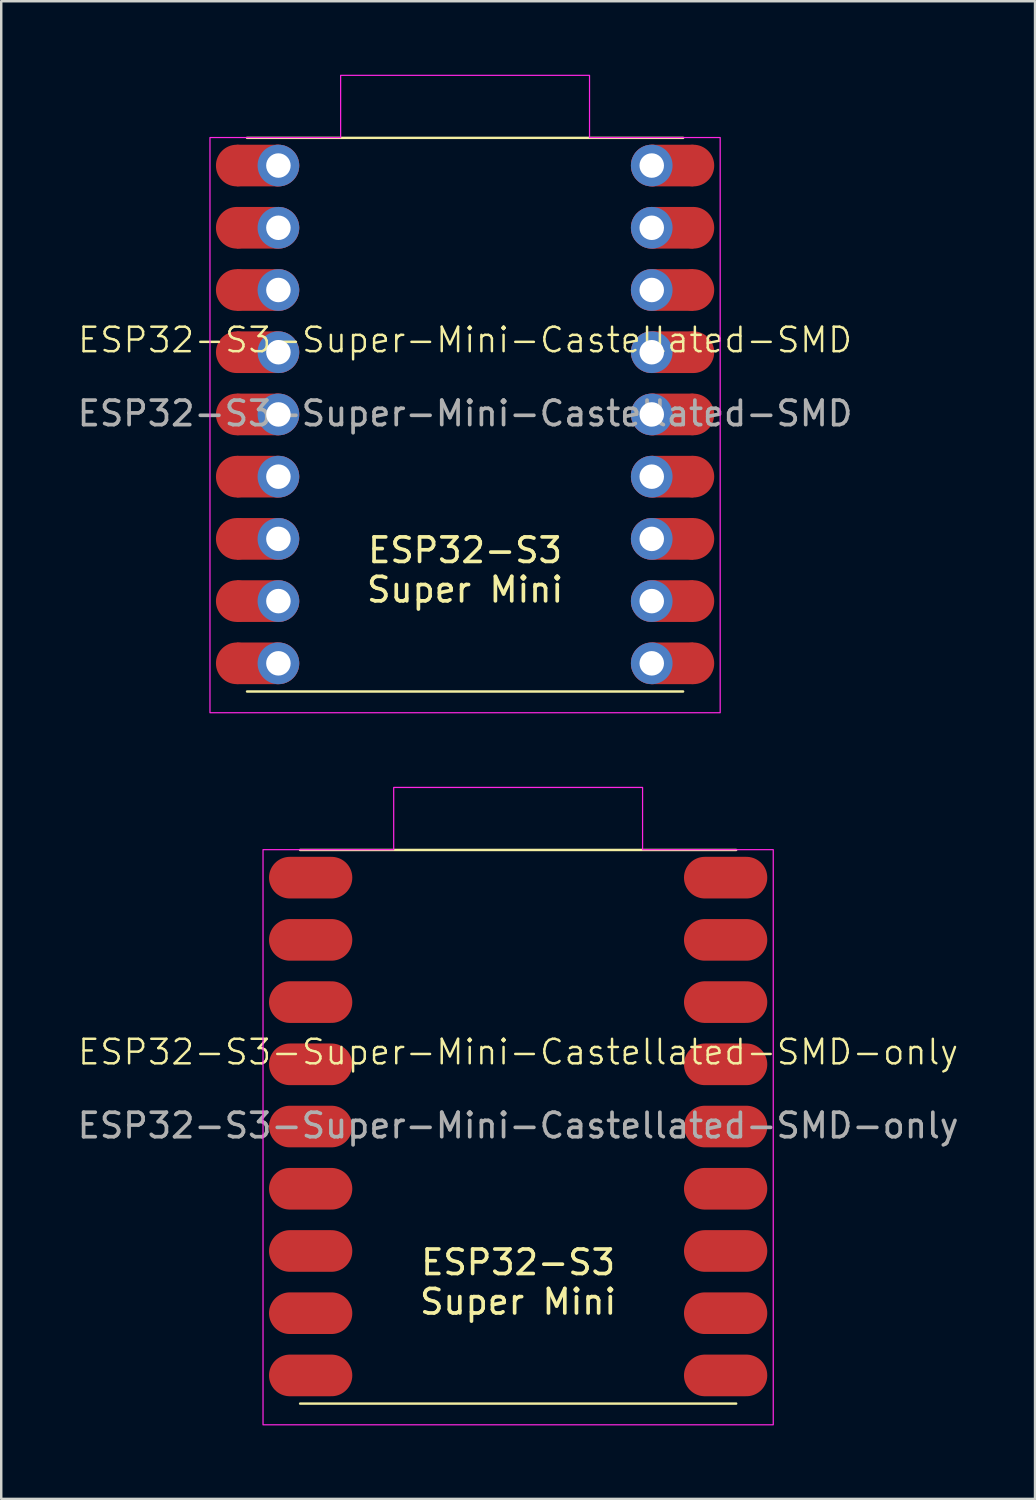
<source format=kicad_pcb>
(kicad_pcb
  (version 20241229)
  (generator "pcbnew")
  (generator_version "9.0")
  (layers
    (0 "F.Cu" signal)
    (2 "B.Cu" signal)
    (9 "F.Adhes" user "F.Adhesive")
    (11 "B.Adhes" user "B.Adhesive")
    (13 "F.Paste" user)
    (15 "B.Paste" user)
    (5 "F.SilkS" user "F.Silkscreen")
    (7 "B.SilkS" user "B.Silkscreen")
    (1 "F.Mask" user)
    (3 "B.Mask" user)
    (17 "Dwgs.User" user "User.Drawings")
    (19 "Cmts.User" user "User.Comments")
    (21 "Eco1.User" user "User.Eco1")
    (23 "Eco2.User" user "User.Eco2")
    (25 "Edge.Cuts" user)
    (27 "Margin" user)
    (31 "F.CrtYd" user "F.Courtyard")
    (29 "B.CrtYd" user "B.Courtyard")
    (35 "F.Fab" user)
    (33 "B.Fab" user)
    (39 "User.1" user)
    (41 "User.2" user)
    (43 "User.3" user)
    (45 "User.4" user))
  (footprint "ESP32-S3-Super-Mini-Castellated-SMD-only"
    (layer "F.Cu")
    (at 18.101 40.397)
    (property "Reference" "ESP32-S3-Super-Mini-Castellated-SMD-only" (at 0 -0.5 0) (unlocked yes) (layer "F.SilkS") (effects (font (size 1 1) (thickness 0.1))))
    (attr smd)
    (fp_line (start -8.9 -8.75) (end 8.9 -8.75) (stroke (width 0.1) (type default)) (layer "F.SilkS"))
    (fp_line (start -8.9 13.85) (end 8.9 13.85) (stroke (width 0.1) (type default)) (layer "F.SilkS"))
    (fp_poly (pts (xy -10.414 -8.763) (xy -5.08 -8.763) (xy -5.08 -11.303) (xy 5.08 -11.303) (xy 5.08 -8.763) (xy 10.414 -8.763) (xy 10.414 14.716) (xy -10.414 14.716)) (stroke (width 0.05) (type solid)) (fill no) (layer "F.CrtYd"))
    (fp_text user "${REFERENCE}" (at 0 2.5 0) (unlocked yes) (layer "F.Fab") (effects (font (size 1 1) (thickness 0.15))))
    (fp_text_box "ESP32-S3\nSuper Mini" (start -4.875 6.75) (end 4.875 9.75) (margins 0.75 0.75 0.75 0.75) (layer "F.SilkS") (effects (font (size 1 1) (thickness 0.15)) (justify top)) (border no) (stroke (width 0) (type solid)))
    (pad "1" smd oval (at -7.62 -2.54 180) (size 3.4 1.7) (drill (offset 0.85 0)) (layers "F.Cu" "F.Mask"))
    (pad "2" smd oval (at -7.62 0 180) (size 3.4 1.7) (drill (offset 0.85 0)) (layers "F.Cu" "F.Mask"))
    (pad "3" smd oval (at -7.62 2.54 180) (size 3.4 1.7) (drill (offset 0.85 0)) (layers "F.Cu" "F.Mask"))
    (pad "3V3" smd oval (at 7.62 -2.54 180) (size 3.4 1.7) (drill (offset -0.85 0)) (layers "F.Cu" "F.Mask"))
    (pad "4" smd oval (at -7.62 5.08 180) (size 3.4 1.7) (drill (offset 0.85 0)) (layers "F.Cu" "F.Mask"))
    (pad "5" smd oval (at -7.62 7.62 180) (size 3.4 1.7) (drill (offset 0.85 0)) (layers "F.Cu" "F.Mask"))
    (pad "5V" smd oval (at 7.62 -7.62 180) (size 3.4 1.7) (drill (offset -0.85 0)) (layers "F.Cu" "F.Mask"))
    (pad "6" smd oval (at -7.62 10.16 180) (size 3.4 1.7) (drill (offset 0.85 0)) (layers "F.Cu" "F.Mask"))
    (pad "7" smd oval (at -7.62 12.7 180) (size 3.4 1.7) (drill (offset 0.85 0)) (layers "F.Cu" "F.Mask"))
    (pad "8" smd oval (at 7.62 12.7 180) (size 3.4 1.7) (drill (offset -0.85 0)) (layers "F.Cu" "F.Mask"))
    (pad "9" smd oval (at 7.62 10.16 180) (size 3.4 1.7) (drill (offset -0.85 0)) (layers "F.Cu" "F.Mask"))
    (pad "10" smd oval (at 7.62 7.62 180) (size 3.4 1.7) (drill (offset -0.85 0)) (layers "F.Cu" "F.Mask"))
    (pad "11" smd oval (at 7.62 5.08 180) (size 3.4 1.7) (drill (offset -0.85 0)) (layers "F.Cu" "F.Mask"))
    (pad "12" smd oval (at 7.62 2.54 180) (size 3.4 1.7) (drill (offset -0.85 0)) (layers "F.Cu" "F.Mask"))
    (pad "13" smd oval (at 7.62 0 180) (size 3.4 1.7) (drill (offset -0.85 0)) (layers "F.Cu" "F.Mask"))
    (pad "G" smd oval (at 7.62 -5.08 180) (size 3.4 1.7) (drill (offset -0.85 0)) (layers "F.Cu" "F.Mask"))
    (pad "RX" smd oval (at -7.62 -5.08 180) (size 3.4 1.7) (drill (offset 0.85 0)) (layers "F.Cu" "F.Mask"))
    (pad "TX" smd oval (at -7.62 -7.62 180) (size 3.4 1.7) (drill (offset 0.85 0)) (layers "F.Cu" "F.Mask"))
    (zone (net_name "") (layers "F.Cu" "F.SilkS" "F.CrtYd") (hatch full 0.5) (connect_pads) (min_thickness 0.25) (filled_areas_thickness no) (keepout (tracks allowed) (vias not_allowed) (pads not_allowed) (copperpour allowed) (footprints not_allowed)) (placement (enabled no)) (fill) (polygon (pts (xy 11.851 31.647) (xy 14.351 31.647) (xy 14.351 34.147) (xy 11.851 34.147))))
    (zone (net_name "") (layers "F.Cu" "F.SilkS" "F.CrtYd") (hatch full 0.5) (connect_pads) (min_thickness 0.25) (filled_areas_thickness no) (keepout (tracks allowed) (vias not_allowed) (pads not_allowed) (copperpour allowed) (footprints not_allowed)) (placement (enabled no)) (fill) (polygon (pts (xy 14.351 37.897) (xy 11.851 37.897) (xy 11.851 35.147) (xy 14.351 35.147))))
    (zone (net_name "") (layers "F.Cu" "F.SilkS" "F.CrtYd") (hatch full 0.5) (connect_pads) (min_thickness 0.25) (filled_areas_thickness no) (keepout (tracks allowed) (vias not_allowed) (pads not_allowed) (copperpour allowed) (footprints not_allowed)) (placement (enabled no)) (fill) (polygon (pts (xy 21.851 31.647) (xy 24.351 31.647) (xy 24.351 34.147) (xy 21.851 34.147))))
    (zone (net_name "") (layers "F.Cu" "F.SilkS" "F.CrtYd") (hatch full 0.5) (connect_pads) (min_thickness 0.25) (filled_areas_thickness no) (keepout (tracks allowed) (vias not_allowed) (pads not_allowed) (copperpour allowed) (footprints not_allowed)) (placement (enabled no)) (fill) (polygon (pts (xy 24.351 37.897) (xy 21.851 37.897) (xy 21.851 35.147) (xy 24.351 35.147)))))
  (footprint "ESP32-S3-Super-Mini-Castellated-SMD"
    (layer "F.Cu")
    (at 15.935 11.328)
    (property "Reference" "ESP32-S3-Super-Mini-Castellated-SMD" (at 0 -0.5 0) (unlocked yes) (layer "F.SilkS") (effects (font (size 1 1) (thickness 0.1))))
    (attr smd)
    (fp_rect (start -9.32 -8.47) (end -7.62 -6.77) (stroke (width 0) (type default)) (fill yes) (layer "F.Cu"))
    (fp_rect (start -9.32 -5.93) (end -7.62 -4.23) (stroke (width 0) (type default)) (fill yes) (layer "F.Cu"))
    (fp_rect (start -9.32 -3.39) (end -7.62 -1.69) (stroke (width 0) (type default)) (fill yes) (layer "F.Cu"))
    (fp_rect (start -9.32 -0.85) (end -7.62 0.85) (stroke (width 0) (type default)) (fill yes) (layer "F.Cu"))
    (fp_rect (start -9.32 1.69) (end -7.62 3.39) (stroke (width 0) (type default)) (fill yes) (layer "F.Cu"))
    (fp_rect (start -9.32 4.23) (end -7.62 5.93) (stroke (width 0) (type default)) (fill yes) (layer "F.Cu"))
    (fp_rect (start -9.32 6.77) (end -7.62 8.47) (stroke (width 0) (type default)) (fill yes) (layer "F.Cu"))
    (fp_rect (start -9.32 9.31) (end -7.62 11.01) (stroke (width 0) (type default)) (fill yes) (layer "F.Cu"))
    (fp_rect (start -9.32 11.85) (end -7.62 13.55) (stroke (width 0) (type default)) (fill yes) (layer "F.Cu"))
    (fp_rect (start 7.62 -8.47) (end 9.32 -6.77) (stroke (width 0) (type default)) (fill yes) (layer "F.Cu"))
    (fp_rect (start 7.62 -5.93) (end 9.32 -4.23) (stroke (width 0) (type default)) (fill yes) (layer "F.Cu"))
    (fp_rect (start 7.62 -3.39) (end 9.32 -1.69) (stroke (width 0) (type default)) (fill yes) (layer "F.Cu"))
    (fp_rect (start 7.62 -0.85) (end 9.32 0.85) (stroke (width 0) (type default)) (fill yes) (layer "F.Cu"))
    (fp_rect (start 7.62 1.69) (end 9.32 3.39) (stroke (width 0) (type default)) (fill yes) (layer "F.Cu"))
    (fp_rect (start 7.62 4.23) (end 9.32 5.93) (stroke (width 0) (type default)) (fill yes) (layer "F.Cu"))
    (fp_rect (start 7.62 6.77) (end 9.32 8.47) (stroke (width 0) (type default)) (fill yes) (layer "F.Cu"))
    (fp_rect (start 7.62 9.31) (end 9.32 11.01) (stroke (width 0) (type default)) (fill yes) (layer "F.Cu"))
    (fp_rect (start 7.62 11.85) (end 9.32 13.55) (stroke (width 0) (type default)) (fill yes) (layer "F.Cu"))
    (fp_circle (center -9.32 -7.62) (end -8.47 -7.62) (stroke (width 0) (type default)) (fill yes) (layer "F.Cu"))
    (fp_circle (center -9.32 -5.08) (end -8.47 -5.08) (stroke (width 0) (type default)) (fill yes) (layer "F.Cu"))
    (fp_circle (center -9.32 -2.54) (end -8.47 -2.54) (stroke (width 0) (type default)) (fill yes) (layer "F.Cu"))
    (fp_circle (center -9.32 0) (end -8.47 0) (stroke (width 0) (type default)) (fill yes) (layer "F.Cu"))
    (fp_circle (center -9.32 2.54) (end -8.47 2.54) (stroke (width 0) (type default)) (fill yes) (layer "F.Cu"))
    (fp_circle (center -9.32 5.08) (end -8.47 5.08) (stroke (width 0) (type default)) (fill yes) (layer "F.Cu"))
    (fp_circle (center -9.32 7.62) (end -8.47 7.62) (stroke (width 0) (type default)) (fill yes) (layer "F.Cu"))
    (fp_circle (center -9.32 10.16) (end -8.47 10.16) (stroke (width 0) (type default)) (fill yes) (layer "F.Cu"))
    (fp_circle (center -9.32 12.7) (end -8.47 12.7) (stroke (width 0) (type default)) (fill yes) (layer "F.Cu"))
    (fp_circle (center -7.62 -7.62) (end -6.77 -7.62) (stroke (width 0) (type default)) (fill yes) (layer "F.Cu"))
    (fp_circle (center -7.62 -5.08) (end -6.77 -5.08) (stroke (width 0) (type default)) (fill yes) (layer "F.Cu"))
    (fp_circle (center -7.62 -2.54) (end -6.77 -2.54) (stroke (width 0) (type default)) (fill yes) (layer "F.Cu"))
    (fp_circle (center -7.62 0) (end -6.77 0) (stroke (width 0) (type default)) (fill yes) (layer "F.Cu"))
    (fp_circle (center -7.62 2.54) (end -6.77 2.54) (stroke (width 0) (type default)) (fill yes) (layer "F.Cu"))
    (fp_circle (center -7.62 5.08) (end -6.77 5.08) (stroke (width 0) (type default)) (fill yes) (layer "F.Cu"))
    (fp_circle (center -7.62 7.62) (end -6.77 7.62) (stroke (width 0) (type default)) (fill yes) (layer "F.Cu"))
    (fp_circle (center -7.62 10.16) (end -6.77 10.16) (stroke (width 0) (type default)) (fill yes) (layer "F.Cu"))
    (fp_circle (center -7.62 12.7) (end -6.77 12.7) (stroke (width 0) (type default)) (fill yes) (layer "F.Cu"))
    (fp_circle (center 7.62 -7.62) (end 8.47 -7.62) (stroke (width 0) (type default)) (fill yes) (layer "F.Cu"))
    (fp_circle (center 7.62 -5.08) (end 8.47 -5.08) (stroke (width 0) (type default)) (fill yes) (layer "F.Cu"))
    (fp_circle (center 7.62 -2.54) (end 8.47 -2.54) (stroke (width 0) (type default)) (fill yes) (layer "F.Cu"))
    (fp_circle (center 7.62 0) (end 8.47 0) (stroke (width 0) (type default)) (fill yes) (layer "F.Cu"))
    (fp_circle (center 7.62 2.54) (end 8.47 2.54) (stroke (width 0) (type default)) (fill yes) (layer "F.Cu"))
    (fp_circle (center 7.62 5.08) (end 8.47 5.08) (stroke (width 0) (type default)) (fill yes) (layer "F.Cu"))
    (fp_circle (center 7.62 7.62) (end 8.47 7.62) (stroke (width 0) (type default)) (fill yes) (layer "F.Cu"))
    (fp_circle (center 7.62 10.16) (end 8.47 10.16) (stroke (width 0) (type default)) (fill yes) (layer "F.Cu"))
    (fp_circle (center 7.62 12.7) (end 8.47 12.7) (stroke (width 0) (type default)) (fill yes) (layer "F.Cu"))
    (fp_circle (center 9.32 -7.62) (end 10.17 -7.62) (stroke (width 0) (type default)) (fill yes) (layer "F.Cu"))
    (fp_circle (center 9.32 -5.08) (end 10.17 -5.08) (stroke (width 0) (type default)) (fill yes) (layer "F.Cu"))
    (fp_circle (center 9.32 -2.54) (end 10.17 -2.54) (stroke (width 0) (type default)) (fill yes) (layer "F.Cu"))
    (fp_circle (center 9.32 0) (end 10.17 0) (stroke (width 0) (type default)) (fill yes) (layer "F.Cu"))
    (fp_circle (center 9.32 2.54) (end 10.17 2.54) (stroke (width 0) (type default)) (fill yes) (layer "F.Cu"))
    (fp_circle (center 9.32 5.08) (end 10.17 5.08) (stroke (width 0) (type default)) (fill yes) (layer "F.Cu"))
    (fp_circle (center 9.32 7.62) (end 10.17 7.62) (stroke (width 0) (type default)) (fill yes) (layer "F.Cu"))
    (fp_circle (center 9.32 10.16) (end 10.17 10.16) (stroke (width 0) (type default)) (fill yes) (layer "F.Cu"))
    (fp_circle (center 9.32 12.7) (end 10.17 12.7) (stroke (width 0) (type default)) (fill yes) (layer "F.Cu"))
    (fp_rect (start -9.32 -8.47) (end -7.62 -6.77) (stroke (width 0) (type default)) (fill yes) (layer "F.Mask"))
    (fp_rect (start -9.32 -5.93) (end -7.62 -4.23) (stroke (width 0) (type default)) (fill yes) (layer "F.Mask"))
    (fp_rect (start -9.32 -3.39) (end -7.62 -1.69) (stroke (width 0) (type default)) (fill yes) (layer "F.Mask"))
    (fp_rect (start -9.32 -0.85) (end -7.62 0.85) (stroke (width 0) (type default)) (fill yes) (layer "F.Mask"))
    (fp_rect (start -9.32 1.69) (end -7.62 3.39) (stroke (width 0) (type default)) (fill yes) (layer "F.Mask"))
    (fp_rect (start -9.32 4.23) (end -7.62 5.93) (stroke (width 0) (type default)) (fill yes) (layer "F.Mask"))
    (fp_rect (start -9.32 6.77) (end -7.62 8.47) (stroke (width 0) (type default)) (fill yes) (layer "F.Mask"))
    (fp_rect (start -9.32 9.31) (end -7.62 11.01) (stroke (width 0) (type default)) (fill yes) (layer "F.Mask"))
    (fp_rect (start -9.32 11.85) (end -7.62 13.55) (stroke (width 0) (type default)) (fill yes) (layer "F.Mask"))
    (fp_rect (start 7.62 -8.47) (end 9.32 -6.77) (stroke (width 0) (type default)) (fill yes) (layer "F.Mask"))
    (fp_rect (start 7.62 -5.93) (end 9.32 -4.23) (stroke (width 0) (type default)) (fill yes) (layer "F.Mask"))
    (fp_rect (start 7.62 -3.39) (end 9.32 -1.69) (stroke (width 0) (type default)) (fill yes) (layer "F.Mask"))
    (fp_rect (start 7.62 -0.85) (end 9.32 0.85) (stroke (width 0) (type default)) (fill yes) (layer "F.Mask"))
    (fp_rect (start 7.62 1.69) (end 9.32 3.39) (stroke (width 0) (type default)) (fill yes) (layer "F.Mask"))
    (fp_rect (start 7.62 4.23) (end 9.32 5.93) (stroke (width 0) (type default)) (fill yes) (layer "F.Mask"))
    (fp_rect (start 7.62 6.77) (end 9.32 8.47) (stroke (width 0) (type default)) (fill yes) (layer "F.Mask"))
    (fp_rect (start 7.62 9.31) (end 9.32 11.01) (stroke (width 0) (type default)) (fill yes) (layer "F.Mask"))
    (fp_rect (start 7.62 11.85) (end 9.32 13.55) (stroke (width 0) (type default)) (fill yes) (layer "F.Mask"))
    (fp_circle (center -9.32 -7.62) (end -8.47 -7.62) (stroke (width 0) (type default)) (fill yes) (layer "F.Mask"))
    (fp_circle (center -9.32 -5.08) (end -8.47 -5.08) (stroke (width 0) (type default)) (fill yes) (layer "F.Mask"))
    (fp_circle (center -9.32 -2.54) (end -8.47 -2.54) (stroke (width 0) (type default)) (fill yes) (layer "F.Mask"))
    (fp_circle (center -9.32 0) (end -8.47 0) (stroke (width 0) (type default)) (fill yes) (layer "F.Mask"))
    (fp_circle (center -9.32 2.54) (end -8.47 2.54) (stroke (width 0) (type default)) (fill yes) (layer "F.Mask"))
    (fp_circle (center -9.32 5.08) (end -8.47 5.08) (stroke (width 0) (type default)) (fill yes) (layer "F.Mask"))
    (fp_circle (center -9.32 7.62) (end -8.47 7.62) (stroke (width 0) (type default)) (fill yes) (layer "F.Mask"))
    (fp_circle (center -9.32 10.16) (end -8.47 10.16) (stroke (width 0) (type default)) (fill yes) (layer "F.Mask"))
    (fp_circle (center -9.32 12.7) (end -8.47 12.7) (stroke (width 0) (type default)) (fill yes) (layer "F.Mask"))
    (fp_circle (center -7.62 -7.62) (end -6.77 -7.62) (stroke (width 0) (type default)) (fill yes) (layer "F.Mask"))
    (fp_circle (center -7.62 -5.08) (end -6.77 -5.08) (stroke (width 0) (type default)) (fill yes) (layer "F.Mask"))
    (fp_circle (center -7.62 -2.54) (end -6.77 -2.54) (stroke (width 0) (type default)) (fill yes) (layer "F.Mask"))
    (fp_circle (center -7.62 0) (end -6.77 0) (stroke (width 0) (type default)) (fill yes) (layer "F.Mask"))
    (fp_circle (center -7.62 2.54) (end -6.77 2.54) (stroke (width 0) (type default)) (fill yes) (layer "F.Mask"))
    (fp_circle (center -7.62 5.08) (end -6.77 5.08) (stroke (width 0) (type default)) (fill yes) (layer "F.Mask"))
    (fp_circle (center -7.62 7.62) (end -6.77 7.62) (stroke (width 0) (type default)) (fill yes) (layer "F.Mask"))
    (fp_circle (center -7.62 10.16) (end -6.77 10.16) (stroke (width 0) (type default)) (fill yes) (layer "F.Mask"))
    (fp_circle (center -7.62 12.7) (end -6.77 12.7) (stroke (width 0) (type default)) (fill yes) (layer "F.Mask"))
    (fp_circle (center 7.62 -7.62) (end 8.47 -7.62) (stroke (width 0) (type default)) (fill yes) (layer "F.Mask"))
    (fp_circle (center 7.62 -5.08) (end 8.47 -5.08) (stroke (width 0) (type default)) (fill yes) (layer "F.Mask"))
    (fp_circle (center 7.62 -2.54) (end 8.47 -2.54) (stroke (width 0) (type default)) (fill yes) (layer "F.Mask"))
    (fp_circle (center 7.62 0) (end 8.47 0) (stroke (width 0) (type default)) (fill yes) (layer "F.Mask"))
    (fp_circle (center 7.62 2.54) (end 8.47 2.54) (stroke (width 0) (type default)) (fill yes) (layer "F.Mask"))
    (fp_circle (center 7.62 5.08) (end 8.47 5.08) (stroke (width 0) (type default)) (fill yes) (layer "F.Mask"))
    (fp_circle (center 7.62 7.62) (end 8.47 7.62) (stroke (width 0) (type default)) (fill yes) (layer "F.Mask"))
    (fp_circle (center 7.62 10.16) (end 8.47 10.16) (stroke (width 0) (type default)) (fill yes) (layer "F.Mask"))
    (fp_circle (center 7.62 12.7) (end 8.47 12.7) (stroke (width 0) (type default)) (fill yes) (layer "F.Mask"))
    (fp_circle (center 9.32 -7.62) (end 10.17 -7.62) (stroke (width 0) (type default)) (fill yes) (layer "F.Mask"))
    (fp_circle (center 9.32 -5.08) (end 10.17 -5.08) (stroke (width 0) (type default)) (fill yes) (layer "F.Mask"))
    (fp_circle (center 9.32 -2.54) (end 10.17 -2.54) (stroke (width 0) (type default)) (fill yes) (layer "F.Mask"))
    (fp_circle (center 9.32 0) (end 10.17 0) (stroke (width 0) (type default)) (fill yes) (layer "F.Mask"))
    (fp_circle (center 9.32 2.54) (end 10.17 2.54) (stroke (width 0) (type default)) (fill yes) (layer "F.Mask"))
    (fp_circle (center 9.32 5.08) (end 10.17 5.08) (stroke (width 0) (type default)) (fill yes) (layer "F.Mask"))
    (fp_circle (center 9.32 7.62) (end 10.17 7.62) (stroke (width 0) (type default)) (fill yes) (layer "F.Mask"))
    (fp_circle (center 9.32 10.16) (end 10.17 10.16) (stroke (width 0) (type default)) (fill yes) (layer "F.Mask"))
    (fp_circle (center 9.32 12.7) (end 10.17 12.7) (stroke (width 0) (type default)) (fill yes) (layer "F.Mask"))
    (fp_line (start -8.9 -8.75) (end 8.9 -8.75) (stroke (width 0.1) (type default)) (layer "F.SilkS"))
    (fp_line (start -8.9 13.85) (end 8.9 13.85) (stroke (width 0.1) (type default)) (layer "F.SilkS"))
    (fp_poly (pts (xy -10.414 -8.763) (xy -5.08 -8.763) (xy -5.08 -11.303) (xy 5.08 -11.303) (xy 5.08 -8.763) (xy 10.414 -8.763) (xy 10.414 14.716) (xy -10.414 14.716)) (stroke (width 0.05) (type solid)) (fill no) (layer "F.CrtYd"))
    (fp_text user "${REFERENCE}" (at 0 2.5 0) (unlocked yes) (layer "F.Fab") (effects (font (size 1 1) (thickness 0.15))))
    (fp_text_box "ESP32-S3\nSuper Mini" (start -4.875 6.75) (end 4.875 9.75) (margins 0.75 0.75 0.75 0.75) (layer "F.SilkS") (effects (font (size 1 1) (thickness 0.15)) (justify top)) (border no) (stroke (width 0) (type solid)))
    (pad "1" thru_hole oval (at -7.62 -2.54) (size 1.7 1.7) (drill 1) (layers "*.Cu" "*.Mask"))
    (pad "2" thru_hole oval (at -7.62 0) (size 1.7 1.7) (drill 1) (layers "*.Cu" "*.Mask"))
    (pad "3" thru_hole oval (at -7.62 2.54) (size 1.7 1.7) (drill 1) (layers "*.Cu" "*.Mask"))
    (pad "3V3" thru_hole oval (at 7.62 -2.54) (size 1.7 1.7) (drill 1) (layers "*.Cu" "*.Mask"))
    (pad "4" thru_hole oval (at -7.62 5.08) (size 1.7 1.7) (drill 1) (layers "*.Cu" "*.Mask"))
    (pad "5" thru_hole oval (at -7.62 7.62) (size 1.7 1.7) (drill 1) (layers "*.Cu" "*.Mask"))
    (pad "5V" thru_hole oval (at 7.62 -7.62) (size 1.7 1.7) (drill 1) (layers "*.Cu" "*.Mask"))
    (pad "6" thru_hole oval (at -7.62 10.16) (size 1.7 1.7) (drill 1) (layers "*.Cu" "*.Mask"))
    (pad "7" thru_hole oval (at -7.62 12.7) (size 1.7 1.7) (drill 1) (layers "*.Cu" "*.Mask"))
    (pad "8" thru_hole oval (at 7.62 12.7) (size 1.7 1.7) (drill 1) (layers "*.Cu" "*.Mask"))
    (pad "9" thru_hole oval (at 7.62 10.16) (size 1.7 1.7) (drill 1) (layers "*.Cu" "*.Mask"))
    (pad "10" thru_hole oval (at 7.62 7.62) (size 1.7 1.7) (drill 1) (layers "*.Cu" "*.Mask"))
    (pad "11" thru_hole oval (at 7.62 5.08) (size 1.7 1.7) (drill 1) (layers "*.Cu" "*.Mask"))
    (pad "12" thru_hole oval (at 7.62 2.54) (size 1.7 1.7) (drill 1) (layers "*.Cu" "*.Mask"))
    (pad "13" thru_hole oval (at 7.62 0) (size 1.7 1.7) (drill 1) (layers "*.Cu" "*.Mask"))
    (pad "G" thru_hole oval (at 7.62 -5.08) (size 1.7 1.7) (drill 1) (layers "*.Cu" "*.Mask"))
    (pad "RX" thru_hole oval (at -7.62 -5.08) (size 1.7 1.7) (drill 1) (layers "*.Cu" "*.Mask"))
    (pad "TX" thru_hole oval (at -7.62 -7.62) (size 1.7 1.7) (drill 1) (layers "*.Cu" "*.Mask"))
    (zone (net_name "") (layers "F.Cu" "F.SilkS" "F.CrtYd") (hatch full 0.5) (connect_pads) (min_thickness 0.25) (filled_areas_thickness no) (keepout (tracks allowed) (vias not_allowed) (pads not_allowed) (copperpour allowed) (footprints not_allowed)) (placement (enabled no)) (fill) (polygon (pts (xy 9.685 2.578) (xy 12.185 2.578) (xy 12.185 5.078) (xy 9.685 5.078))))
    (zone (net_name "") (layers "F.Cu" "F.SilkS" "F.CrtYd") (hatch full 0.5) (connect_pads) (min_thickness 0.25) (filled_areas_thickness no) (keepout (tracks allowed) (vias not_allowed) (pads not_allowed) (copperpour allowed) (footprints not_allowed)) (placement (enabled no)) (fill) (polygon (pts (xy 12.185 8.828) (xy 9.685 8.828) (xy 9.685 6.078) (xy 12.185 6.078))))
    (zone (net_name "") (layers "F.Cu" "F.SilkS" "F.CrtYd") (hatch full 0.5) (connect_pads) (min_thickness 0.25) (filled_areas_thickness no) (keepout (tracks allowed) (vias not_allowed) (pads not_allowed) (copperpour allowed) (footprints not_allowed)) (placement (enabled no)) (fill) (polygon (pts (xy 19.685 2.578) (xy 22.185 2.578) (xy 22.185 5.078) (xy 19.685 5.078))))
    (zone (net_name "") (layers "F.Cu" "F.SilkS" "F.CrtYd") (hatch full 0.5) (connect_pads) (min_thickness 0.25) (filled_areas_thickness no) (keepout (tracks allowed) (vias not_allowed) (pads not_allowed) (copperpour allowed) (footprints not_allowed)) (placement (enabled no)) (fill) (polygon (pts (xy 22.185 8.828) (xy 19.685 8.828) (xy 19.685 6.078) (xy 22.185 6.078)))))
  (gr_rect
    (start -3 -3)
    (end 39.202 58.138)
    (stroke (width 0.1) (type default))
    (fill no)
    (layer "Edge.Cuts")))
</source>
